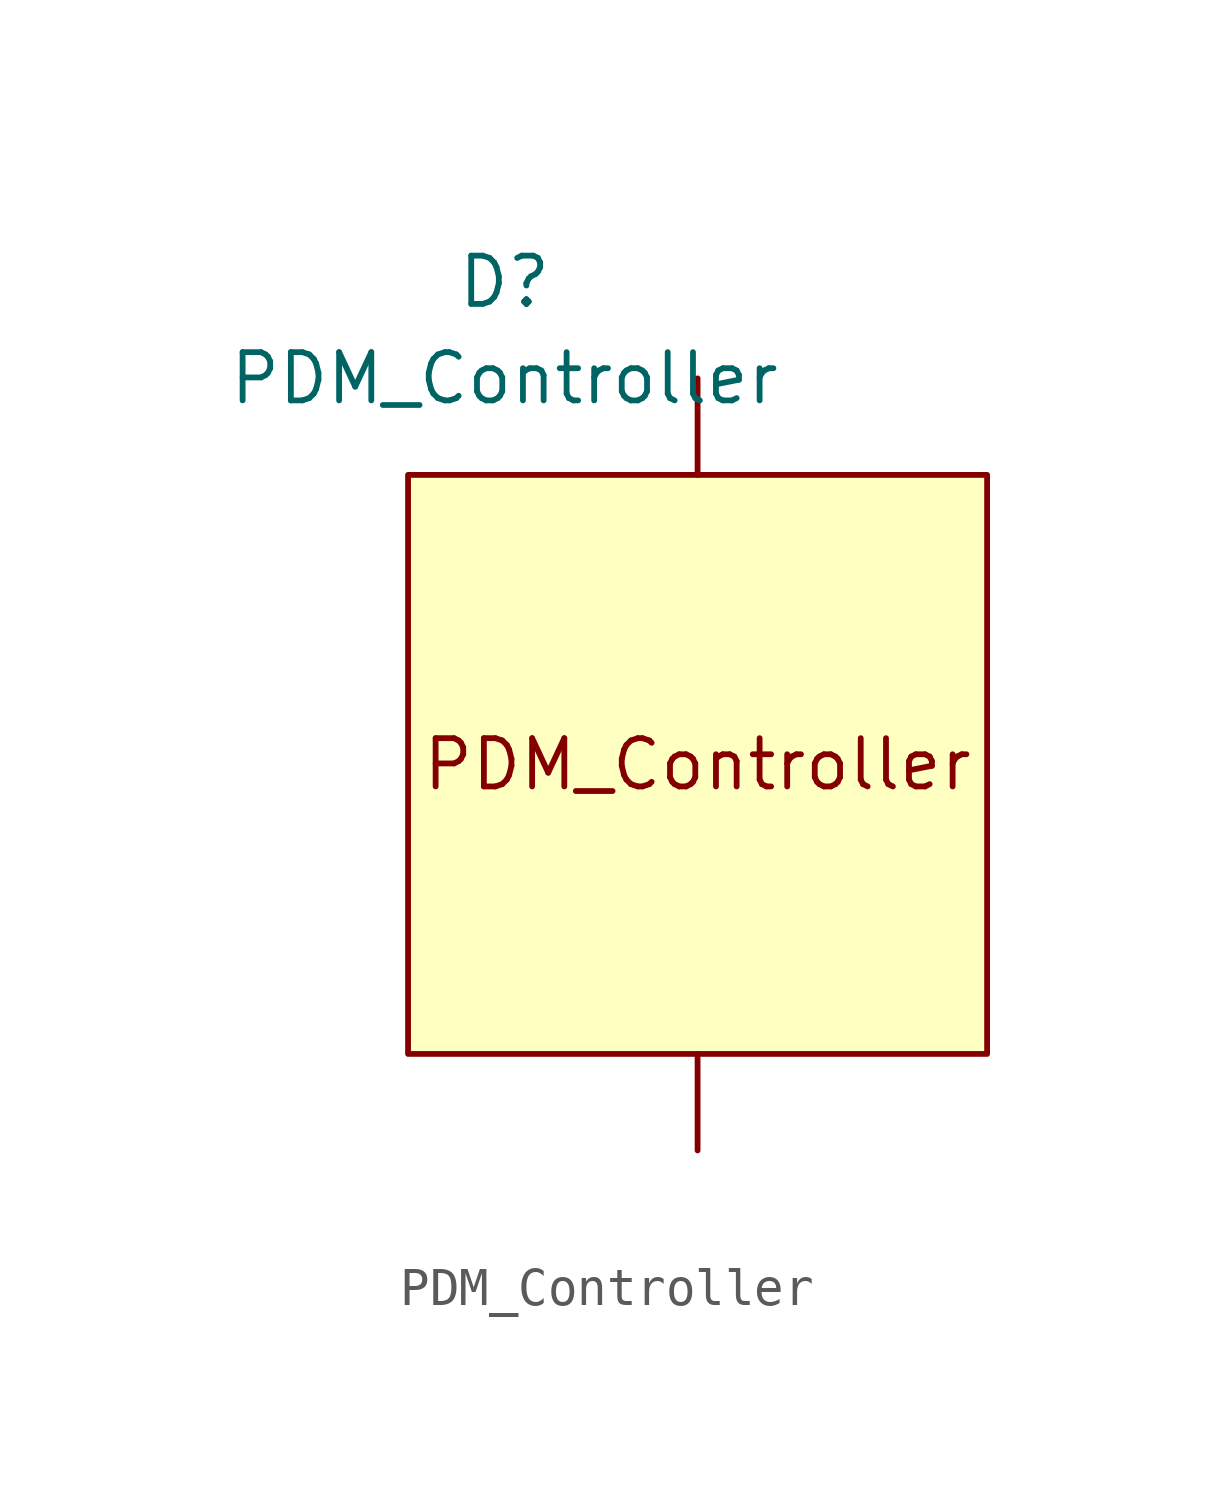
<source format=kicad_sym>
(kicad_symbol_lib
  (version 20211014)
  (generator kicad_symbol_editor)
  (symbol "PDM_Controller"
    (property "Reference" "D"
      (at -5.08 12.7 0)
      (effects (font (size 1.27 1.27))))
    (property "Value" "PDM_Controller"
      (at -5.08 10.16 0)
      (effects (font (size 1.27 1.27))))
    (symbol "PDM_Controller_0_0"
      (text "PDM_Controller" (at 0 0 0) (effects (font (size 1.27 1.27)))))
    (symbol "PDM_Controller_0_1"
      (rectangle (start -7.62 7.62) (end 7.62 -7.62) (stroke (width 0) (type default) (color 0 0 0 0)) (fill (type background))))
    (symbol "PDM_Controller_1_1"
      (pin input line (at 0 -10.16 90) (length 2.54) (name "" (effects (font (size 1.27 1.27)))) (number "" (effects (font (size 1.27 1.27)))))
      (pin input line (at 0 10.16 270) (length 2.54) (name "" (effects (font (size 1.27 1.27)))) (number "" (effects (font (size 1.27 1.27))))))))
</source>
